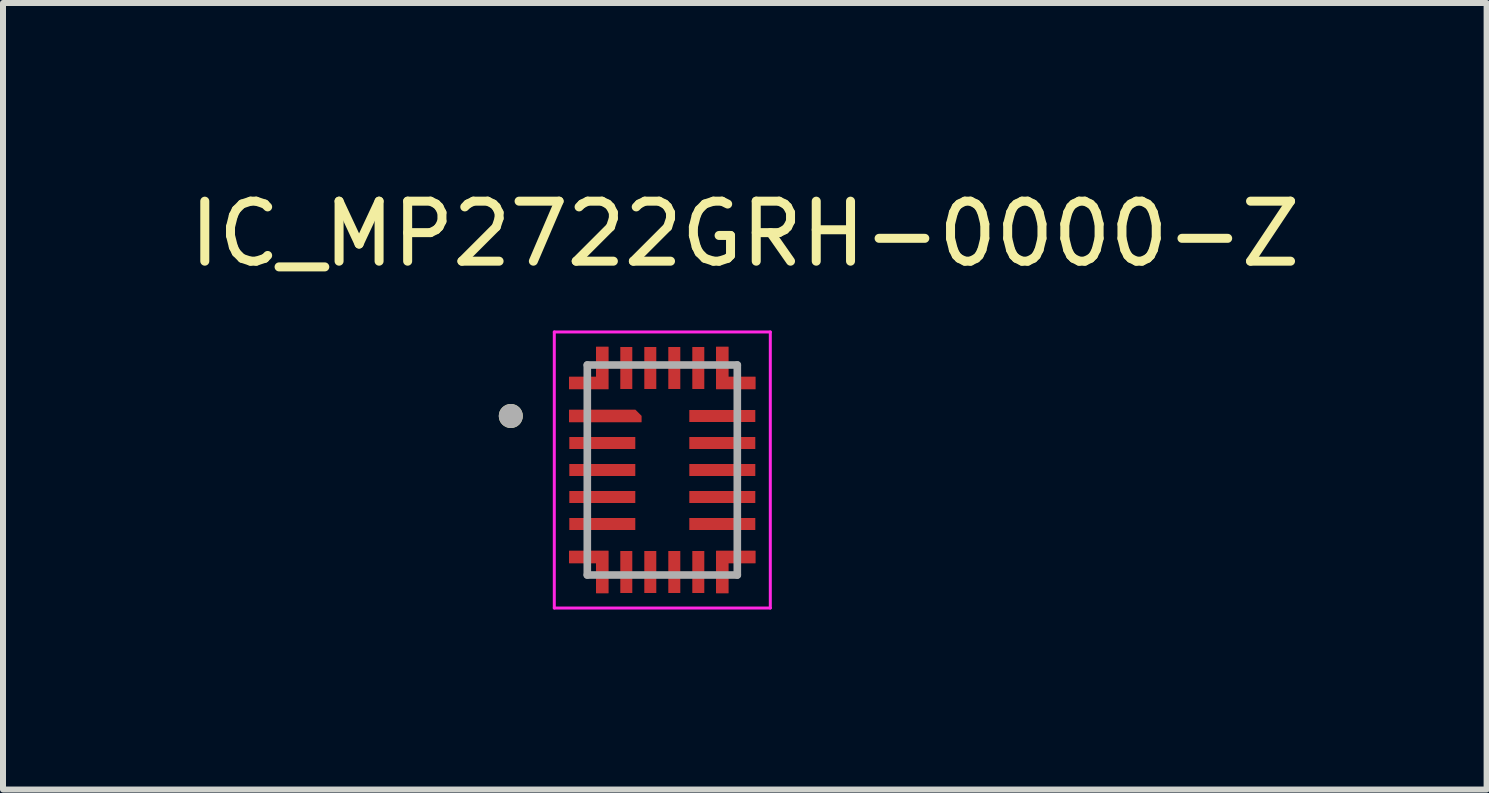
<source format=kicad_pcb>
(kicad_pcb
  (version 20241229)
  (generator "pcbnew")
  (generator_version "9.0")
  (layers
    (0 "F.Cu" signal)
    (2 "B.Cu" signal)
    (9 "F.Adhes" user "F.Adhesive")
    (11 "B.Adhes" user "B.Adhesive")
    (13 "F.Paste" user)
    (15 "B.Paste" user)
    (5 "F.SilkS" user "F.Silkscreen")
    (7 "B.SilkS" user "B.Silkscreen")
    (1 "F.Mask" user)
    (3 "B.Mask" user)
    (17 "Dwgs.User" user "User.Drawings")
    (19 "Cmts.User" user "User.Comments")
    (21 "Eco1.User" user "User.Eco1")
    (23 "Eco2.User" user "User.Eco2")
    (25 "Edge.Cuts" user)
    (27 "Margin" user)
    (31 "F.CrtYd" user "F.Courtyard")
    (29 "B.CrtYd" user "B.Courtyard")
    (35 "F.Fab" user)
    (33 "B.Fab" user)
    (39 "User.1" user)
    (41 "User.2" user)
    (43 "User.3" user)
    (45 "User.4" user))
  (footprint "IC_MP2722GRH-0000-Z"
    (layer "F.Cu")
    (at 7.988 4.783)
    (property "Reference" "IC_MP2722GRH-0000-Z" (at 1.375 -3.935 0) (layer "F.SilkS") (effects (font (size 1 1) (thickness 0.15))))
    (attr smd)
    (fp_poly (pts (xy -0.79 1.26) (xy -0.41 1.26) (xy -0.41 2.14) (xy -0.79 2.14)) (stroke (width 0.01) (type solid)) (fill yes) (layer "F.Mask"))
    (fp_poly (pts (xy -0.41 -1.26) (xy -0.79 -1.26) (xy -0.79 -2.14) (xy -0.41 -2.14)) (stroke (width 0.01) (type solid)) (fill yes) (layer "F.Mask"))
    (fp_poly (pts (xy -0.39 1.26) (xy -0.01 1.26) (xy -0.01 2.14) (xy -0.39 2.14)) (stroke (width 0.01) (type solid)) (fill yes) (layer "F.Mask"))
    (fp_poly (pts (xy -0.01 -1.26) (xy -0.39 -1.26) (xy -0.39 -2.14) (xy -0.01 -2.14)) (stroke (width 0.01) (type solid)) (fill yes) (layer "F.Mask"))
    (fp_poly (pts (xy 0.01 1.26) (xy 0.39 1.26) (xy 0.39 2.14) (xy 0.01 2.14)) (stroke (width 0.01) (type solid)) (fill yes) (layer "F.Mask"))
    (fp_poly (pts (xy 0.39 -1.26) (xy 0.01 -1.26) (xy 0.01 -2.14) (xy 0.39 -2.14)) (stroke (width 0.01) (type solid)) (fill yes) (layer "F.Mask"))
    (fp_poly (pts (xy 0.41 1.26) (xy 0.79 1.26) (xy 0.79 2.14) (xy 0.41 2.14)) (stroke (width 0.01) (type solid)) (fill yes) (layer "F.Mask"))
    (fp_poly (pts (xy 0.79 -1.26) (xy 0.41 -1.26) (xy 0.41 -2.14) (xy 0.79 -2.14)) (stroke (width 0.01) (type solid)) (fill yes) (layer "F.Mask"))
    (fp_poly (pts (xy -1.65 -1.1) (xy -1.65 -0.7) (xy -0.25 -0.7) (xy -0.25 -0.9) (xy -0.45 -1.1)) (stroke (width 0.01) (type solid)) (fill yes) (layer "F.Mask"))
    (fp_poly (pts (xy -1.64 -1.26) (xy -0.81 -1.26) (xy -0.81 -2.14) (xy -1.19 -2.14) (xy -1.19 -1.64) (xy -1.64 -1.64)) (stroke (width 0.01) (type solid)) (fill yes) (layer "F.Mask"))
    (fp_poly (pts (xy -1.64 1.26) (xy -0.81 1.26) (xy -0.81 2.14) (xy -1.19 2.14) (xy -1.19 1.64) (xy -1.64 1.64)) (stroke (width 0.01) (type solid)) (fill yes) (layer "F.Mask"))
    (fp_poly (pts (xy 1.64 -1.26) (xy 0.81 -1.26) (xy 0.81 -2.14) (xy 1.19 -2.14) (xy 1.19 -1.64) (xy 1.64 -1.64)) (stroke (width 0.01) (type solid)) (fill yes) (layer "F.Mask"))
    (fp_poly (pts (xy 1.64 1.26) (xy 0.81 1.26) (xy 0.81 2.14) (xy 1.19 2.14) (xy 1.19 1.64) (xy 1.64 1.64)) (stroke (width 0.01) (type solid)) (fill yes) (layer "F.Mask"))
    (fp_circle (center -2.525 -0.9) (end -2.425 -0.9) (stroke (width 0.2) (type solid)) (fill no) (layer "F.SilkS"))
    (fp_poly (pts (xy -1.55 -1) (xy -1.55 -0.8) (xy -0.35 -0.8) (xy -0.35 -0.9) (xy -0.45 -1)) (stroke (width 0.01) (type solid)) (fill yes) (layer "F.Paste"))
    (fp_poly (pts (xy -1.55 -1.35) (xy -0.9 -1.35) (xy -0.9 -2.05) (xy -1.1 -2.05) (xy -1.1 -1.55) (xy -1.55 -1.55)) (stroke (width 0.01) (type solid)) (fill yes) (layer "F.Paste"))
    (fp_poly (pts (xy -1.55 1.35) (xy -0.9 1.35) (xy -0.9 2.05) (xy -1.1 2.05) (xy -1.1 1.55) (xy -1.55 1.55)) (stroke (width 0.01) (type solid)) (fill yes) (layer "F.Paste"))
    (fp_poly (pts (xy 1.55 -1.35) (xy 0.9 -1.35) (xy 0.9 -2.05) (xy 1.1 -2.05) (xy 1.1 -1.55) (xy 1.55 -1.55)) (stroke (width 0.01) (type solid)) (fill yes) (layer "F.Paste"))
    (fp_poly (pts (xy 1.55 1.35) (xy 0.9 1.35) (xy 0.9 2.05) (xy 1.1 2.05) (xy 1.1 1.55) (xy 1.55 1.55)) (stroke (width 0.01) (type solid)) (fill yes) (layer "F.Paste"))
    (fp_line (start -1.8 -2.3) (end -1.8 2.3) (stroke (width 0.05) (type solid)) (layer "F.CrtYd"))
    (fp_line (start -1.8 2.3) (end 1.8 2.3) (stroke (width 0.05) (type solid)) (layer "F.CrtYd"))
    (fp_line (start 1.8 -2.3) (end -1.8 -2.3) (stroke (width 0.05) (type solid)) (layer "F.CrtYd"))
    (fp_line (start 1.8 2.3) (end 1.8 -2.3) (stroke (width 0.05) (type solid)) (layer "F.CrtYd"))
    (fp_line (start -1.25 -1.75) (end 1.25 -1.75) (stroke (width 0.127) (type solid)) (layer "F.Fab"))
    (fp_line (start -1.25 1.75) (end -1.25 -1.75) (stroke (width 0.127) (type solid)) (layer "F.Fab"))
    (fp_line (start 1.25 -1.75) (end 1.25 1.75) (stroke (width 0.127) (type solid)) (layer "F.Fab"))
    (fp_line (start 1.25 1.75) (end -1.25 1.75) (stroke (width 0.127) (type solid)) (layer "F.Fab"))
    (fp_circle (center -2.525 -0.9) (end -2.425 -0.9) (stroke (width 0.2) (type solid)) (fill no) (layer "F.Fab"))
    (pad "1" smd custom (at -1 -0.9) (size 1.05 0.15) (layers "F.Cu") (options (anchor rect)) (primitives (gr_poly (pts (xy -0.55 -0.1) (xy -0.55 0.1) (xy 0.65 0.1) (xy 0.65 0) (xy 0.55 -0.1)) (width 0.01) (fill yes))))
    (pad "2" smd rect (at -1 -0.45) (size 1.1 0.2) (layers "F.Cu" "F.Mask" "F.Paste"))
    (pad "3" smd rect (at -1 0) (size 1.1 0.2) (layers "F.Cu" "F.Mask" "F.Paste"))
    (pad "4" smd rect (at -1 0.45) (size 1.1 0.2) (layers "F.Cu" "F.Mask" "F.Paste"))
    (pad "5" smd rect (at -1 0.9) (size 1.1 0.2) (layers "F.Cu" "F.Mask" "F.Paste"))
    (pad "6" smd custom (at -1 1.45) (size 0.1 0.1) (layers "F.Cu") (options (anchor rect)) (primitives (gr_poly (pts (xy -0.55 -0.1) (xy 0.1 -0.1) (xy 0.1 0.6) (xy -0.1 0.6) (xy -0.1 0.1) (xy -0.55 0.1)) (width 0.01) (fill yes))))
    (pad "7" smd rect (at -0.6 1.7) (size 0.2 0.7) (layers "F.Cu" "F.Paste"))
    (pad "8" smd rect (at -0.2 1.7) (size 0.2 0.7) (layers "F.Cu" "F.Paste"))
    (pad "9" smd rect (at 0.2 1.7) (size 0.2 0.7) (layers "F.Cu" "F.Paste"))
    (pad "10" smd rect (at 0.6 1.7) (size 0.2 0.7) (layers "F.Cu" "F.Paste"))
    (pad "11" smd custom (at 1 1.45) (size 0.1 0.1) (layers "F.Cu") (options (anchor rect)) (primitives (gr_poly (pts (xy 0.55 -0.1) (xy -0.1 -0.1) (xy -0.1 0.6) (xy 0.1 0.6) (xy 0.1 0.1) (xy 0.55 0.1)) (width 0.01) (fill yes))))
    (pad "12" smd rect (at 1 0.9) (size 1.1 0.2) (layers "F.Cu" "F.Mask" "F.Paste"))
    (pad "13" smd rect (at 1 0.45) (size 1.1 0.2) (layers "F.Cu" "F.Mask" "F.Paste"))
    (pad "14" smd rect (at 1 0) (size 1.1 0.2) (layers "F.Cu" "F.Mask" "F.Paste"))
    (pad "15" smd rect (at 1 -0.45) (size 1.1 0.2) (layers "F.Cu" "F.Mask" "F.Paste"))
    (pad "16" smd rect (at 1 -0.9) (size 1.1 0.2) (layers "F.Cu" "F.Mask" "F.Paste"))
    (pad "17" smd custom (at 1 -1.45) (size 0.1 0.1) (layers "F.Cu") (options (anchor rect)) (primitives (gr_poly (pts (xy 0.55 0.1) (xy -0.1 0.1) (xy -0.1 -0.6) (xy 0.1 -0.6) (xy 0.1 -0.1) (xy 0.55 -0.1)) (width 0.01) (fill yes))))
    (pad "18" smd rect (at 0.6 -1.7) (size 0.2 0.7) (layers "F.Cu" "F.Paste"))
    (pad "19" smd rect (at 0.2 -1.7) (size 0.2 0.7) (layers "F.Cu" "F.Paste"))
    (pad "20" smd rect (at -0.2 -1.7) (size 0.2 0.7) (layers "F.Cu" "F.Paste"))
    (pad "21" smd rect (at -0.6 -1.7) (size 0.2 0.7) (layers "F.Cu" "F.Paste"))
    (pad "22" smd custom (at -1 -1.45) (size 0.1 0.1) (layers "F.Cu") (options (anchor rect)) (primitives (gr_poly (pts (xy -0.55 0.1) (xy 0.1 0.1) (xy 0.1 -0.6) (xy -0.1 -0.6) (xy -0.1 -0.1) (xy -0.55 -0.1)) (width 0.01) (fill yes)))))
  (gr_rect
    (start -3 -3)
    (end 21.726 10.108)
    (stroke (width 0.1) (type default))
    (fill no)
    (layer "Edge.Cuts")))
</source>
